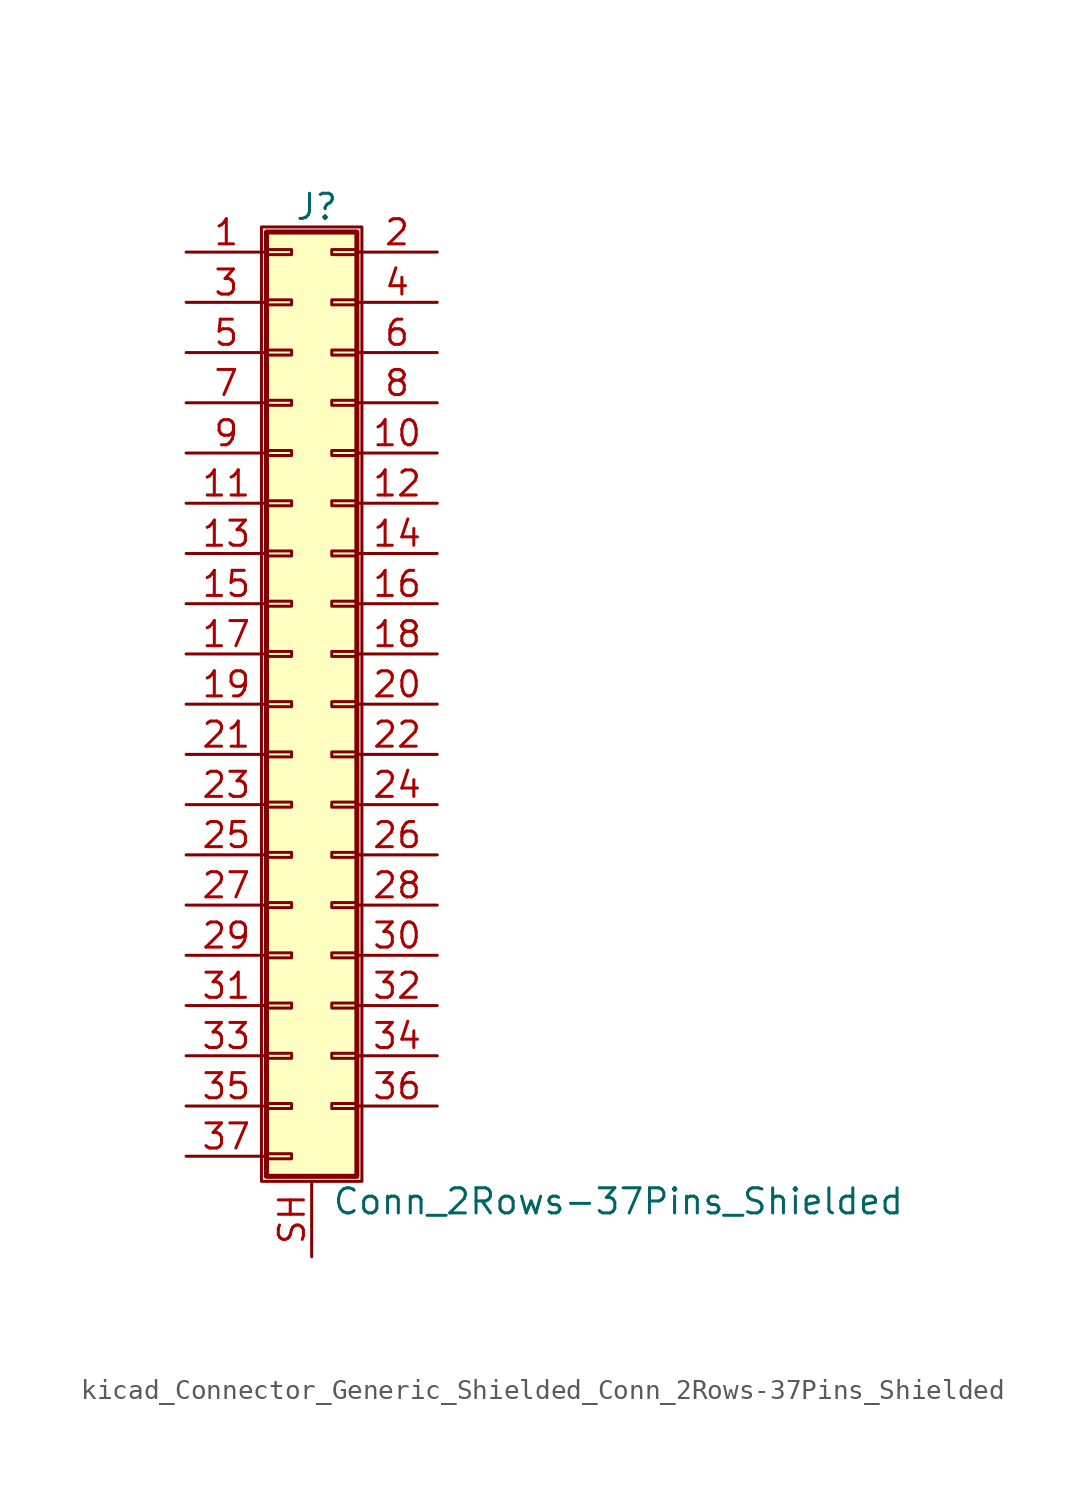
<source format=kicad_sym>
(kicad_symbol_lib
  (version 20220914)
  (generator kicad_symbol_editor)
  (symbol "kicad_Connector_Generic_Shielded_Conn_2Rows-37Pins_Shielded"
    (pin_names
      (offset 1.016) hide)
    (property "Reference" "J"
      (at 1.524 25.146 0)
      (effects (font (size 1.27 1.27))))
    (property "Value" "Conn_2Rows-37Pins_Shielded"
      (at 2.286 -25.146 0)
      (effects (font (size 1.27 1.27)) (justify left)))
    (symbol "kicad_Connector_Generic_Shielded_Conn_2Rows-37Pins_Shielded_1_1"
      (rectangle (start -1.27 24.13) (end 3.81 -24.13) (stroke (width 0.152) (type default)) (fill (type none)))
      (rectangle (start -1.016 -22.733) (end 0.254 -22.987) (stroke (width 0.152) (type default)) (fill (type none)))
      (rectangle (start -1.016 -20.193) (end 0.254 -20.447) (stroke (width 0.152) (type default)) (fill (type none)))
      (rectangle (start -1.016 -17.653) (end 0.254 -17.907) (stroke (width 0.152) (type default)) (fill (type none)))
      (rectangle (start -1.016 -15.113) (end 0.254 -15.367) (stroke (width 0.152) (type default)) (fill (type none)))
      (rectangle (start -1.016 -12.573) (end 0.254 -12.827) (stroke (width 0.152) (type default)) (fill (type none)))
      (rectangle (start -1.016 -10.033) (end 0.254 -10.287) (stroke (width 0.152) (type default)) (fill (type none)))
      (rectangle (start -1.016 -7.493) (end 0.254 -7.747) (stroke (width 0.152) (type default)) (fill (type none)))
      (rectangle (start -1.016 -4.953) (end 0.254 -5.207) (stroke (width 0.152) (type default)) (fill (type none)))
      (rectangle (start -1.016 -2.413) (end 0.254 -2.667) (stroke (width 0.152) (type default)) (fill (type none)))
      (rectangle (start -1.016 0.127) (end 0.254 -0.127) (stroke (width 0.152) (type default)) (fill (type none)))
      (rectangle (start -1.016 2.667) (end 0.254 2.413) (stroke (width 0.152) (type default)) (fill (type none)))
      (rectangle (start -1.016 5.207) (end 0.254 4.953) (stroke (width 0.152) (type default)) (fill (type none)))
      (rectangle (start -1.016 7.747) (end 0.254 7.493) (stroke (width 0.152) (type default)) (fill (type none)))
      (rectangle (start -1.016 10.287) (end 0.254 10.033) (stroke (width 0.152) (type default)) (fill (type none)))
      (rectangle (start -1.016 12.827) (end 0.254 12.573) (stroke (width 0.152) (type default)) (fill (type none)))
      (rectangle (start -1.016 15.367) (end 0.254 15.113) (stroke (width 0.152) (type default)) (fill (type none)))
      (rectangle (start -1.016 17.907) (end 0.254 17.653) (stroke (width 0.152) (type default)) (fill (type none)))
      (rectangle (start -1.016 20.447) (end 0.254 20.193) (stroke (width 0.152) (type default)) (fill (type none)))
      (rectangle (start -1.016 22.987) (end 0.254 22.733) (stroke (width 0.152) (type default)) (fill (type none)))
      (rectangle (start -1.016 23.876) (end 3.556 -23.876) (stroke (width 0.254) (type default)) (fill (type background)))
      (rectangle (start 3.556 -20.193) (end 2.286 -20.447) (stroke (width 0.152) (type default)) (fill (type none)))
      (rectangle (start 3.556 -17.653) (end 2.286 -17.907) (stroke (width 0.152) (type default)) (fill (type none)))
      (rectangle (start 3.556 -15.113) (end 2.286 -15.367) (stroke (width 0.152) (type default)) (fill (type none)))
      (rectangle (start 3.556 -12.573) (end 2.286 -12.827) (stroke (width 0.152) (type default)) (fill (type none)))
      (rectangle (start 3.556 -10.033) (end 2.286 -10.287) (stroke (width 0.152) (type default)) (fill (type none)))
      (rectangle (start 3.556 -7.493) (end 2.286 -7.747) (stroke (width 0.152) (type default)) (fill (type none)))
      (rectangle (start 3.556 -4.953) (end 2.286 -5.207) (stroke (width 0.152) (type default)) (fill (type none)))
      (rectangle (start 3.556 -2.413) (end 2.286 -2.667) (stroke (width 0.152) (type default)) (fill (type none)))
      (rectangle (start 3.556 0.127) (end 2.286 -0.127) (stroke (width 0.152) (type default)) (fill (type none)))
      (rectangle (start 3.556 2.667) (end 2.286 2.413) (stroke (width 0.152) (type default)) (fill (type none)))
      (rectangle (start 3.556 5.207) (end 2.286 4.953) (stroke (width 0.152) (type default)) (fill (type none)))
      (rectangle (start 3.556 7.747) (end 2.286 7.493) (stroke (width 0.152) (type default)) (fill (type none)))
      (rectangle (start 3.556 10.287) (end 2.286 10.033) (stroke (width 0.152) (type default)) (fill (type none)))
      (rectangle (start 3.556 12.827) (end 2.286 12.573) (stroke (width 0.152) (type default)) (fill (type none)))
      (rectangle (start 3.556 15.367) (end 2.286 15.113) (stroke (width 0.152) (type default)) (fill (type none)))
      (rectangle (start 3.556 17.907) (end 2.286 17.653) (stroke (width 0.152) (type default)) (fill (type none)))
      (rectangle (start 3.556 20.447) (end 2.286 20.193) (stroke (width 0.152) (type default)) (fill (type none)))
      (rectangle (start 3.556 22.987) (end 2.286 22.733) (stroke (width 0.152) (type default)) (fill (type none)))
      (pin passive line (at -5.08 22.86 0) (length 4.064) (name "Pin_1" (effects (font (size 1.27 1.27)))) (number "1" (effects (font (size 1.27 1.27)))))
      (pin passive line (at 7.62 12.7 180) (length 4.064) (name "Pin_10" (effects (font (size 1.27 1.27)))) (number "10" (effects (font (size 1.27 1.27)))))
      (pin passive line (at -5.08 10.16 0) (length 4.064) (name "Pin_11" (effects (font (size 1.27 1.27)))) (number "11" (effects (font (size 1.27 1.27)))))
      (pin passive line (at 7.62 10.16 180) (length 4.064) (name "Pin_12" (effects (font (size 1.27 1.27)))) (number "12" (effects (font (size 1.27 1.27)))))
      (pin passive line (at -5.08 7.62 0) (length 4.064) (name "Pin_13" (effects (font (size 1.27 1.27)))) (number "13" (effects (font (size 1.27 1.27)))))
      (pin passive line (at 7.62 7.62 180) (length 4.064) (name "Pin_14" (effects (font (size 1.27 1.27)))) (number "14" (effects (font (size 1.27 1.27)))))
      (pin passive line (at -5.08 5.08 0) (length 4.064) (name "Pin_15" (effects (font (size 1.27 1.27)))) (number "15" (effects (font (size 1.27 1.27)))))
      (pin passive line (at 7.62 5.08 180) (length 4.064) (name "Pin_16" (effects (font (size 1.27 1.27)))) (number "16" (effects (font (size 1.27 1.27)))))
      (pin passive line (at -5.08 2.54 0) (length 4.064) (name "Pin_17" (effects (font (size 1.27 1.27)))) (number "17" (effects (font (size 1.27 1.27)))))
      (pin passive line (at 7.62 2.54 180) (length 4.064) (name "Pin_18" (effects (font (size 1.27 1.27)))) (number "18" (effects (font (size 1.27 1.27)))))
      (pin passive line (at -5.08 0 0) (length 4.064) (name "Pin_19" (effects (font (size 1.27 1.27)))) (number "19" (effects (font (size 1.27 1.27)))))
      (pin passive line (at 7.62 22.86 180) (length 4.064) (name "Pin_2" (effects (font (size 1.27 1.27)))) (number "2" (effects (font (size 1.27 1.27)))))
      (pin passive line (at 7.62 0 180) (length 4.064) (name "Pin_20" (effects (font (size 1.27 1.27)))) (number "20" (effects (font (size 1.27 1.27)))))
      (pin passive line (at -5.08 -2.54 0) (length 4.064) (name "Pin_21" (effects (font (size 1.27 1.27)))) (number "21" (effects (font (size 1.27 1.27)))))
      (pin passive line (at 7.62 -2.54 180) (length 4.064) (name "Pin_22" (effects (font (size 1.27 1.27)))) (number "22" (effects (font (size 1.27 1.27)))))
      (pin passive line (at -5.08 -5.08 0) (length 4.064) (name "Pin_23" (effects (font (size 1.27 1.27)))) (number "23" (effects (font (size 1.27 1.27)))))
      (pin passive line (at 7.62 -5.08 180) (length 4.064) (name "Pin_24" (effects (font (size 1.27 1.27)))) (number "24" (effects (font (size 1.27 1.27)))))
      (pin passive line (at -5.08 -7.62 0) (length 4.064) (name "Pin_25" (effects (font (size 1.27 1.27)))) (number "25" (effects (font (size 1.27 1.27)))))
      (pin passive line (at 7.62 -7.62 180) (length 4.064) (name "Pin_26" (effects (font (size 1.27 1.27)))) (number "26" (effects (font (size 1.27 1.27)))))
      (pin passive line (at -5.08 -10.16 0) (length 4.064) (name "Pin_27" (effects (font (size 1.27 1.27)))) (number "27" (effects (font (size 1.27 1.27)))))
      (pin passive line (at 7.62 -10.16 180) (length 4.064) (name "Pin_28" (effects (font (size 1.27 1.27)))) (number "28" (effects (font (size 1.27 1.27)))))
      (pin passive line (at -5.08 -12.7 0) (length 4.064) (name "Pin_29" (effects (font (size 1.27 1.27)))) (number "29" (effects (font (size 1.27 1.27)))))
      (pin passive line (at -5.08 20.32 0) (length 4.064) (name "Pin_3" (effects (font (size 1.27 1.27)))) (number "3" (effects (font (size 1.27 1.27)))))
      (pin passive line (at 7.62 -12.7 180) (length 4.064) (name "Pin_30" (effects (font (size 1.27 1.27)))) (number "30" (effects (font (size 1.27 1.27)))))
      (pin passive line (at -5.08 -15.24 0) (length 4.064) (name "Pin_31" (effects (font (size 1.27 1.27)))) (number "31" (effects (font (size 1.27 1.27)))))
      (pin passive line (at 7.62 -15.24 180) (length 4.064) (name "Pin_32" (effects (font (size 1.27 1.27)))) (number "32" (effects (font (size 1.27 1.27)))))
      (pin passive line (at -5.08 -17.78 0) (length 4.064) (name "Pin_33" (effects (font (size 1.27 1.27)))) (number "33" (effects (font (size 1.27 1.27)))))
      (pin passive line (at 7.62 -17.78 180) (length 4.064) (name "Pin_34" (effects (font (size 1.27 1.27)))) (number "34" (effects (font (size 1.27 1.27)))))
      (pin passive line (at -5.08 -20.32 0) (length 4.064) (name "Pin_35" (effects (font (size 1.27 1.27)))) (number "35" (effects (font (size 1.27 1.27)))))
      (pin passive line (at 7.62 -20.32 180) (length 4.064) (name "Pin_36" (effects (font (size 1.27 1.27)))) (number "36" (effects (font (size 1.27 1.27)))))
      (pin passive line (at -5.08 -22.86 0) (length 4.064) (name "Pin_37" (effects (font (size 1.27 1.27)))) (number "37" (effects (font (size 1.27 1.27)))))
      (pin passive line (at 7.62 20.32 180) (length 4.064) (name "Pin_4" (effects (font (size 1.27 1.27)))) (number "4" (effects (font (size 1.27 1.27)))))
      (pin passive line (at -5.08 17.78 0) (length 4.064) (name "Pin_5" (effects (font (size 1.27 1.27)))) (number "5" (effects (font (size 1.27 1.27)))))
      (pin passive line (at 7.62 17.78 180) (length 4.064) (name "Pin_6" (effects (font (size 1.27 1.27)))) (number "6" (effects (font (size 1.27 1.27)))))
      (pin passive line (at -5.08 15.24 0) (length 4.064) (name "Pin_7" (effects (font (size 1.27 1.27)))) (number "7" (effects (font (size 1.27 1.27)))))
      (pin passive line (at 7.62 15.24 180) (length 4.064) (name "Pin_8" (effects (font (size 1.27 1.27)))) (number "8" (effects (font (size 1.27 1.27)))))
      (pin passive line (at -5.08 12.7 0) (length 4.064) (name "Pin_9" (effects (font (size 1.27 1.27)))) (number "9" (effects (font (size 1.27 1.27)))))
      (pin passive line (at 1.27 -27.94 90) (length 3.81) (name "Shield" (effects (font (size 1.27 1.27)))) (number "SH" (effects (font (size 1.27 1.27))))))))
</source>
